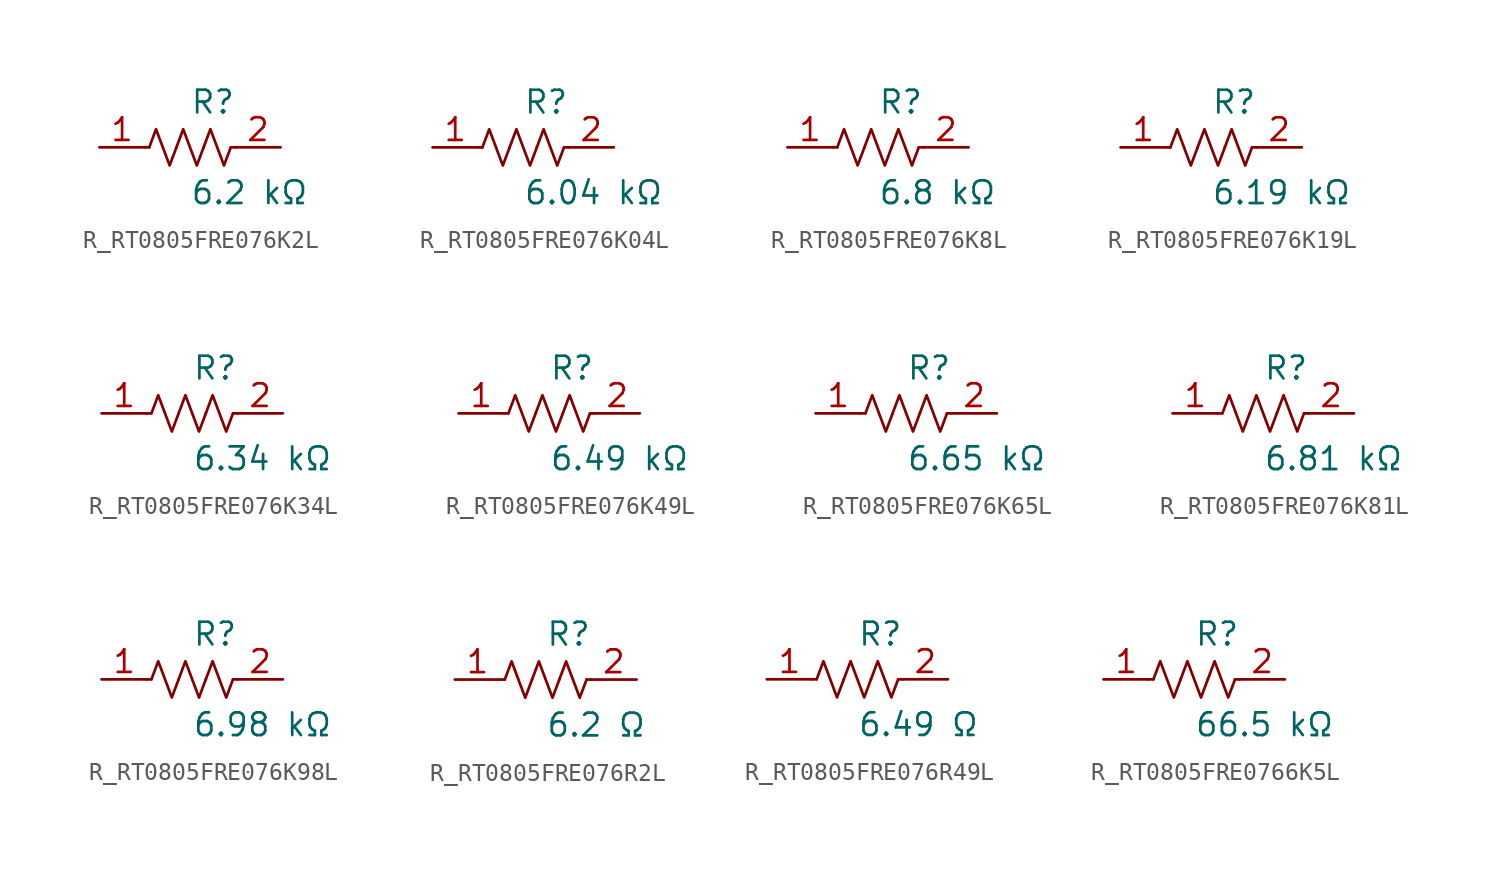
<source format=kicad_sym>
(kicad_symbol_lib
  (version 20231120)
  (generator kicad_symbol_editor)
  (generator_version 8.0)
  (symbol "R_RT0805FRE076K2L"
    (pin_names
      (offset 0.254))
    (property "Reference" "R"
      (at 0 2.54 0)
      (effects (font (size 1.27 1.27)) (justify left)))
    (property "Value" "6.2 kΩ"
      (at 0 -2.54 0)
      (effects (font (size 1.27 1.27)) (justify left)))
    (symbol "R_RT0805FRE076K2L_0_1"
      (polyline (pts (xy 2.286 0) (xy 2.54 0)) (stroke (width 0) (type default)) (fill (type none)))
      (polyline (pts (xy -2.286 0) (xy -2.54 0)) (stroke (width 0) (type default)) (fill (type none)))
      (polyline (pts (xy 0.762 0) (xy 1.143 1.016) (xy 1.524 0) (xy 1.905 -1.016) (xy 2.286 0)) (stroke (width 0) (type default)) (fill (type none)))
      (polyline (pts (xy -0.762 0) (xy -0.381 1.016) (xy 0 0) (xy 0.381 -1.016) (xy 0.762 0)) (stroke (width 0) (type default)) (fill (type none)))
      (polyline (pts (xy -2.286 0) (xy -1.905 1.016) (xy -1.524 0) (xy -1.143 -1.016) (xy -0.762 0)) (stroke (width 0) (type default)) (fill (type none))))
    (pin passive line
      (at -5.08 0 0)
      (length 2.54)
      (name "" (effects (font (size 1.27 1.27))))
      (number "1" (effects (font (size 1.27 1.27)))))
    (pin passive line
      (at 5.08 0 180)
      (length 2.54)
      (name "" (effects (font (size 1.27 1.27))))
      (number "2" (effects (font (size 1.27 1.27))))))
  (symbol "R_RT0805FRE076K04L"
    (pin_names
      (offset 0.254))
    (property "Reference" "R"
      (at 0 2.54 0)
      (effects (font (size 1.27 1.27)) (justify left)))
    (property "Value" "6.04 kΩ"
      (at 0 -2.54 0)
      (effects (font (size 1.27 1.27)) (justify left)))
    (symbol "R_RT0805FRE076K04L_0_1"
      (polyline (pts (xy 2.286 0) (xy 2.54 0)) (stroke (width 0) (type default)) (fill (type none)))
      (polyline (pts (xy -2.286 0) (xy -2.54 0)) (stroke (width 0) (type default)) (fill (type none)))
      (polyline (pts (xy 0.762 0) (xy 1.143 1.016) (xy 1.524 0) (xy 1.905 -1.016) (xy 2.286 0)) (stroke (width 0) (type default)) (fill (type none)))
      (polyline (pts (xy -0.762 0) (xy -0.381 1.016) (xy 0 0) (xy 0.381 -1.016) (xy 0.762 0)) (stroke (width 0) (type default)) (fill (type none)))
      (polyline (pts (xy -2.286 0) (xy -1.905 1.016) (xy -1.524 0) (xy -1.143 -1.016) (xy -0.762 0)) (stroke (width 0) (type default)) (fill (type none))))
    (pin passive line
      (at -5.08 0 0)
      (length 2.54)
      (name "" (effects (font (size 1.27 1.27))))
      (number "1" (effects (font (size 1.27 1.27)))))
    (pin passive line
      (at 5.08 0 180)
      (length 2.54)
      (name "" (effects (font (size 1.27 1.27))))
      (number "2" (effects (font (size 1.27 1.27))))))
  (symbol "R_RT0805FRE076K8L"
    (pin_names
      (offset 0.254))
    (property "Reference" "R"
      (at 0 2.54 0)
      (effects (font (size 1.27 1.27)) (justify left)))
    (property "Value" "6.8 kΩ"
      (at 0 -2.54 0)
      (effects (font (size 1.27 1.27)) (justify left)))
    (symbol "R_RT0805FRE076K8L_0_1"
      (polyline (pts (xy 2.286 0) (xy 2.54 0)) (stroke (width 0) (type default)) (fill (type none)))
      (polyline (pts (xy -2.286 0) (xy -2.54 0)) (stroke (width 0) (type default)) (fill (type none)))
      (polyline (pts (xy 0.762 0) (xy 1.143 1.016) (xy 1.524 0) (xy 1.905 -1.016) (xy 2.286 0)) (stroke (width 0) (type default)) (fill (type none)))
      (polyline (pts (xy -0.762 0) (xy -0.381 1.016) (xy 0 0) (xy 0.381 -1.016) (xy 0.762 0)) (stroke (width 0) (type default)) (fill (type none)))
      (polyline (pts (xy -2.286 0) (xy -1.905 1.016) (xy -1.524 0) (xy -1.143 -1.016) (xy -0.762 0)) (stroke (width 0) (type default)) (fill (type none))))
    (pin passive line
      (at -5.08 0 0)
      (length 2.54)
      (name "" (effects (font (size 1.27 1.27))))
      (number "1" (effects (font (size 1.27 1.27)))))
    (pin passive line
      (at 5.08 0 180)
      (length 2.54)
      (name "" (effects (font (size 1.27 1.27))))
      (number "2" (effects (font (size 1.27 1.27))))))
  (symbol "R_RT0805FRE076K19L"
    (pin_names
      (offset 0.254))
    (property "Reference" "R"
      (at 0 2.54 0)
      (effects (font (size 1.27 1.27)) (justify left)))
    (property "Value" "6.19 kΩ"
      (at 0 -2.54 0)
      (effects (font (size 1.27 1.27)) (justify left)))
    (symbol "R_RT0805FRE076K19L_0_1"
      (polyline (pts (xy 2.286 0) (xy 2.54 0)) (stroke (width 0) (type default)) (fill (type none)))
      (polyline (pts (xy -2.286 0) (xy -2.54 0)) (stroke (width 0) (type default)) (fill (type none)))
      (polyline (pts (xy 0.762 0) (xy 1.143 1.016) (xy 1.524 0) (xy 1.905 -1.016) (xy 2.286 0)) (stroke (width 0) (type default)) (fill (type none)))
      (polyline (pts (xy -0.762 0) (xy -0.381 1.016) (xy 0 0) (xy 0.381 -1.016) (xy 0.762 0)) (stroke (width 0) (type default)) (fill (type none)))
      (polyline (pts (xy -2.286 0) (xy -1.905 1.016) (xy -1.524 0) (xy -1.143 -1.016) (xy -0.762 0)) (stroke (width 0) (type default)) (fill (type none))))
    (pin passive line
      (at -5.08 0 0)
      (length 2.54)
      (name "" (effects (font (size 1.27 1.27))))
      (number "1" (effects (font (size 1.27 1.27)))))
    (pin passive line
      (at 5.08 0 180)
      (length 2.54)
      (name "" (effects (font (size 1.27 1.27))))
      (number "2" (effects (font (size 1.27 1.27))))))
  (symbol "R_RT0805FRE076K34L"
    (pin_names
      (offset 0.254))
    (property "Reference" "R"
      (at 0 2.54 0)
      (effects (font (size 1.27 1.27)) (justify left)))
    (property "Value" "6.34 kΩ"
      (at 0 -2.54 0)
      (effects (font (size 1.27 1.27)) (justify left)))
    (symbol "R_RT0805FRE076K34L_0_1"
      (polyline (pts (xy 2.286 0) (xy 2.54 0)) (stroke (width 0) (type default)) (fill (type none)))
      (polyline (pts (xy -2.286 0) (xy -2.54 0)) (stroke (width 0) (type default)) (fill (type none)))
      (polyline (pts (xy 0.762 0) (xy 1.143 1.016) (xy 1.524 0) (xy 1.905 -1.016) (xy 2.286 0)) (stroke (width 0) (type default)) (fill (type none)))
      (polyline (pts (xy -0.762 0) (xy -0.381 1.016) (xy 0 0) (xy 0.381 -1.016) (xy 0.762 0)) (stroke (width 0) (type default)) (fill (type none)))
      (polyline (pts (xy -2.286 0) (xy -1.905 1.016) (xy -1.524 0) (xy -1.143 -1.016) (xy -0.762 0)) (stroke (width 0) (type default)) (fill (type none))))
    (pin passive line
      (at -5.08 0 0)
      (length 2.54)
      (name "" (effects (font (size 1.27 1.27))))
      (number "1" (effects (font (size 1.27 1.27)))))
    (pin passive line
      (at 5.08 0 180)
      (length 2.54)
      (name "" (effects (font (size 1.27 1.27))))
      (number "2" (effects (font (size 1.27 1.27))))))
  (symbol "R_RT0805FRE076K49L"
    (pin_names
      (offset 0.254))
    (property "Reference" "R"
      (at 0 2.54 0)
      (effects (font (size 1.27 1.27)) (justify left)))
    (property "Value" "6.49 kΩ"
      (at 0 -2.54 0)
      (effects (font (size 1.27 1.27)) (justify left)))
    (symbol "R_RT0805FRE076K49L_0_1"
      (polyline (pts (xy 2.286 0) (xy 2.54 0)) (stroke (width 0) (type default)) (fill (type none)))
      (polyline (pts (xy -2.286 0) (xy -2.54 0)) (stroke (width 0) (type default)) (fill (type none)))
      (polyline (pts (xy 0.762 0) (xy 1.143 1.016) (xy 1.524 0) (xy 1.905 -1.016) (xy 2.286 0)) (stroke (width 0) (type default)) (fill (type none)))
      (polyline (pts (xy -0.762 0) (xy -0.381 1.016) (xy 0 0) (xy 0.381 -1.016) (xy 0.762 0)) (stroke (width 0) (type default)) (fill (type none)))
      (polyline (pts (xy -2.286 0) (xy -1.905 1.016) (xy -1.524 0) (xy -1.143 -1.016) (xy -0.762 0)) (stroke (width 0) (type default)) (fill (type none))))
    (pin passive line
      (at -5.08 0 0)
      (length 2.54)
      (name "" (effects (font (size 1.27 1.27))))
      (number "1" (effects (font (size 1.27 1.27)))))
    (pin passive line
      (at 5.08 0 180)
      (length 2.54)
      (name "" (effects (font (size 1.27 1.27))))
      (number "2" (effects (font (size 1.27 1.27))))))
  (symbol "R_RT0805FRE076K65L"
    (pin_names
      (offset 0.254))
    (property "Reference" "R"
      (at 0 2.54 0)
      (effects (font (size 1.27 1.27)) (justify left)))
    (property "Value" "6.65 kΩ"
      (at 0 -2.54 0)
      (effects (font (size 1.27 1.27)) (justify left)))
    (symbol "R_RT0805FRE076K65L_0_1"
      (polyline (pts (xy 2.286 0) (xy 2.54 0)) (stroke (width 0) (type default)) (fill (type none)))
      (polyline (pts (xy -2.286 0) (xy -2.54 0)) (stroke (width 0) (type default)) (fill (type none)))
      (polyline (pts (xy 0.762 0) (xy 1.143 1.016) (xy 1.524 0) (xy 1.905 -1.016) (xy 2.286 0)) (stroke (width 0) (type default)) (fill (type none)))
      (polyline (pts (xy -0.762 0) (xy -0.381 1.016) (xy 0 0) (xy 0.381 -1.016) (xy 0.762 0)) (stroke (width 0) (type default)) (fill (type none)))
      (polyline (pts (xy -2.286 0) (xy -1.905 1.016) (xy -1.524 0) (xy -1.143 -1.016) (xy -0.762 0)) (stroke (width 0) (type default)) (fill (type none))))
    (pin passive line
      (at -5.08 0 0)
      (length 2.54)
      (name "" (effects (font (size 1.27 1.27))))
      (number "1" (effects (font (size 1.27 1.27)))))
    (pin passive line
      (at 5.08 0 180)
      (length 2.54)
      (name "" (effects (font (size 1.27 1.27))))
      (number "2" (effects (font (size 1.27 1.27))))))
  (symbol "R_RT0805FRE076K81L"
    (pin_names
      (offset 0.254))
    (property "Reference" "R"
      (at 0 2.54 0)
      (effects (font (size 1.27 1.27)) (justify left)))
    (property "Value" "6.81 kΩ"
      (at 0 -2.54 0)
      (effects (font (size 1.27 1.27)) (justify left)))
    (symbol "R_RT0805FRE076K81L_0_1"
      (polyline (pts (xy 2.286 0) (xy 2.54 0)) (stroke (width 0) (type default)) (fill (type none)))
      (polyline (pts (xy -2.286 0) (xy -2.54 0)) (stroke (width 0) (type default)) (fill (type none)))
      (polyline (pts (xy 0.762 0) (xy 1.143 1.016) (xy 1.524 0) (xy 1.905 -1.016) (xy 2.286 0)) (stroke (width 0) (type default)) (fill (type none)))
      (polyline (pts (xy -0.762 0) (xy -0.381 1.016) (xy 0 0) (xy 0.381 -1.016) (xy 0.762 0)) (stroke (width 0) (type default)) (fill (type none)))
      (polyline (pts (xy -2.286 0) (xy -1.905 1.016) (xy -1.524 0) (xy -1.143 -1.016) (xy -0.762 0)) (stroke (width 0) (type default)) (fill (type none))))
    (pin passive line
      (at -5.08 0 0)
      (length 2.54)
      (name "" (effects (font (size 1.27 1.27))))
      (number "1" (effects (font (size 1.27 1.27)))))
    (pin passive line
      (at 5.08 0 180)
      (length 2.54)
      (name "" (effects (font (size 1.27 1.27))))
      (number "2" (effects (font (size 1.27 1.27))))))
  (symbol "R_RT0805FRE076K98L"
    (pin_names
      (offset 0.254))
    (property "Reference" "R"
      (at 0 2.54 0)
      (effects (font (size 1.27 1.27)) (justify left)))
    (property "Value" "6.98 kΩ"
      (at 0 -2.54 0)
      (effects (font (size 1.27 1.27)) (justify left)))
    (symbol "R_RT0805FRE076K98L_0_1"
      (polyline (pts (xy 2.286 0) (xy 2.54 0)) (stroke (width 0) (type default)) (fill (type none)))
      (polyline (pts (xy -2.286 0) (xy -2.54 0)) (stroke (width 0) (type default)) (fill (type none)))
      (polyline (pts (xy 0.762 0) (xy 1.143 1.016) (xy 1.524 0) (xy 1.905 -1.016) (xy 2.286 0)) (stroke (width 0) (type default)) (fill (type none)))
      (polyline (pts (xy -0.762 0) (xy -0.381 1.016) (xy 0 0) (xy 0.381 -1.016) (xy 0.762 0)) (stroke (width 0) (type default)) (fill (type none)))
      (polyline (pts (xy -2.286 0) (xy -1.905 1.016) (xy -1.524 0) (xy -1.143 -1.016) (xy -0.762 0)) (stroke (width 0) (type default)) (fill (type none))))
    (pin passive line
      (at -5.08 0 0)
      (length 2.54)
      (name "" (effects (font (size 1.27 1.27))))
      (number "1" (effects (font (size 1.27 1.27)))))
    (pin passive line
      (at 5.08 0 180)
      (length 2.54)
      (name "" (effects (font (size 1.27 1.27))))
      (number "2" (effects (font (size 1.27 1.27))))))
  (symbol "R_RT0805FRE076R2L"
    (pin_names
      (offset 0.254))
    (property "Reference" "R"
      (at 0 2.54 0)
      (effects (font (size 1.27 1.27)) (justify left)))
    (property "Value" "6.2 Ω"
      (at 0 -2.54 0)
      (effects (font (size 1.27 1.27)) (justify left)))
    (symbol "R_RT0805FRE076R2L_0_1"
      (polyline (pts (xy 2.286 0) (xy 2.54 0)) (stroke (width 0) (type default)) (fill (type none)))
      (polyline (pts (xy -2.286 0) (xy -2.54 0)) (stroke (width 0) (type default)) (fill (type none)))
      (polyline (pts (xy 0.762 0) (xy 1.143 1.016) (xy 1.524 0) (xy 1.905 -1.016) (xy 2.286 0)) (stroke (width 0) (type default)) (fill (type none)))
      (polyline (pts (xy -0.762 0) (xy -0.381 1.016) (xy 0 0) (xy 0.381 -1.016) (xy 0.762 0)) (stroke (width 0) (type default)) (fill (type none)))
      (polyline (pts (xy -2.286 0) (xy -1.905 1.016) (xy -1.524 0) (xy -1.143 -1.016) (xy -0.762 0)) (stroke (width 0) (type default)) (fill (type none))))
    (pin passive line
      (at -5.08 0 0)
      (length 2.54)
      (name "" (effects (font (size 1.27 1.27))))
      (number "1" (effects (font (size 1.27 1.27)))))
    (pin passive line
      (at 5.08 0 180)
      (length 2.54)
      (name "" (effects (font (size 1.27 1.27))))
      (number "2" (effects (font (size 1.27 1.27))))))
  (symbol "R_RT0805FRE076R49L"
    (pin_names
      (offset 0.254))
    (property "Reference" "R"
      (at 0 2.54 0)
      (effects (font (size 1.27 1.27)) (justify left)))
    (property "Value" "6.49 Ω"
      (at 0 -2.54 0)
      (effects (font (size 1.27 1.27)) (justify left)))
    (symbol "R_RT0805FRE076R49L_0_1"
      (polyline (pts (xy 2.286 0) (xy 2.54 0)) (stroke (width 0) (type default)) (fill (type none)))
      (polyline (pts (xy -2.286 0) (xy -2.54 0)) (stroke (width 0) (type default)) (fill (type none)))
      (polyline (pts (xy 0.762 0) (xy 1.143 1.016) (xy 1.524 0) (xy 1.905 -1.016) (xy 2.286 0)) (stroke (width 0) (type default)) (fill (type none)))
      (polyline (pts (xy -0.762 0) (xy -0.381 1.016) (xy 0 0) (xy 0.381 -1.016) (xy 0.762 0)) (stroke (width 0) (type default)) (fill (type none)))
      (polyline (pts (xy -2.286 0) (xy -1.905 1.016) (xy -1.524 0) (xy -1.143 -1.016) (xy -0.762 0)) (stroke (width 0) (type default)) (fill (type none))))
    (pin passive line
      (at -5.08 0 0)
      (length 2.54)
      (name "" (effects (font (size 1.27 1.27))))
      (number "1" (effects (font (size 1.27 1.27)))))
    (pin passive line
      (at 5.08 0 180)
      (length 2.54)
      (name "" (effects (font (size 1.27 1.27))))
      (number "2" (effects (font (size 1.27 1.27))))))
  (symbol "R_RT0805FRE0766K5L"
    (pin_names
      (offset 0.254))
    (property "Reference" "R"
      (at 0 2.54 0)
      (effects (font (size 1.27 1.27)) (justify left)))
    (property "Value" "66.5 kΩ"
      (at 0 -2.54 0)
      (effects (font (size 1.27 1.27)) (justify left)))
    (symbol "R_RT0805FRE0766K5L_0_1"
      (polyline (pts (xy 2.286 0) (xy 2.54 0)) (stroke (width 0) (type default)) (fill (type none)))
      (polyline (pts (xy -2.286 0) (xy -2.54 0)) (stroke (width 0) (type default)) (fill (type none)))
      (polyline (pts (xy 0.762 0) (xy 1.143 1.016) (xy 1.524 0) (xy 1.905 -1.016) (xy 2.286 0)) (stroke (width 0) (type default)) (fill (type none)))
      (polyline (pts (xy -0.762 0) (xy -0.381 1.016) (xy 0 0) (xy 0.381 -1.016) (xy 0.762 0)) (stroke (width 0) (type default)) (fill (type none)))
      (polyline (pts (xy -2.286 0) (xy -1.905 1.016) (xy -1.524 0) (xy -1.143 -1.016) (xy -0.762 0)) (stroke (width 0) (type default)) (fill (type none))))
    (pin passive line
      (at -5.08 0 0)
      (length 2.54)
      (name "" (effects (font (size 1.27 1.27))))
      (number "1" (effects (font (size 1.27 1.27)))))
    (pin passive line
      (at 5.08 0 180)
      (length 2.54)
      (name "" (effects (font (size 1.27 1.27))))
      (number "2" (effects (font (size 1.27 1.27)))))))
</source>
